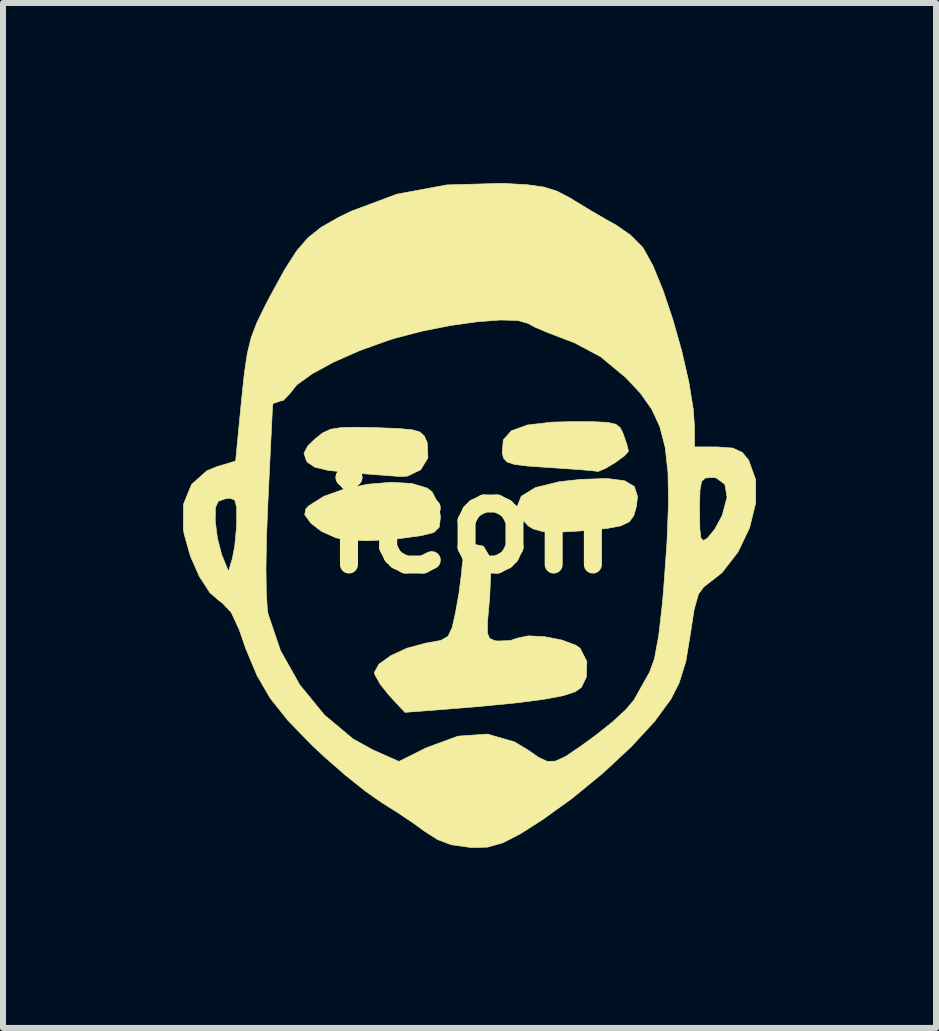
<source format=kicad_pcb>
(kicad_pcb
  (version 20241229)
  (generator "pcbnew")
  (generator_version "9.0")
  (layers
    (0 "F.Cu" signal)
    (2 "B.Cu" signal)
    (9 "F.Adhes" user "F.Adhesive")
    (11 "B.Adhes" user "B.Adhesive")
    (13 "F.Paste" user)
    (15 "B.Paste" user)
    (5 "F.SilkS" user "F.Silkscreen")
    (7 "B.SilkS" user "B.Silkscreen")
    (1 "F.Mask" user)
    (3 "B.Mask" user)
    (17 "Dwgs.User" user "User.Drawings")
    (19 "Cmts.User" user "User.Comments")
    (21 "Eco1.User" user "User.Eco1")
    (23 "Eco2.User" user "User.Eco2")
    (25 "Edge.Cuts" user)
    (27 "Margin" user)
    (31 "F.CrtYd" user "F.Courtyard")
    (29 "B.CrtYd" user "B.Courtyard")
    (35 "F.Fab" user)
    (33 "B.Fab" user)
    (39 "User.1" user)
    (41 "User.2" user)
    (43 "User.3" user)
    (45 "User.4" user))
  (footprint "icon"
    (layer "F.Cu")
    (at 4.797 5.667)
    (property "Reference" "icon" (at 0 0 0) (layer "F.SilkS") (effects (font (size 1.524 1.524) (thickness 0.3))))
    (attr through_hole)
    (fp_poly (pts (xy -0.985 -0.661) (xy -0.728 -0.583) (xy -0.648 -0.522) (xy -0.545 -0.325) (xy -0.508 -0.108) (xy -0.527 0.066) (xy -0.617 0.155) (xy -0.826 0.208) (xy -1.29 0.271) (xy -1.735 0.293) (xy -2.103 0.273) (xy -2.251 0.244) (xy -2.492 0.136) (xy -2.668 -0.001) (xy -2.77 -0.14) (xy -2.751 -0.237) (xy -2.704 -0.287) (xy -2.453 -0.446) (xy -2.11 -0.568) (xy -1.721 -0.648) (xy -1.331 -0.681) (xy -0.985 -0.661)) (stroke (width 0.01) (type solid)) (fill yes) (layer "F.SilkS"))
    (fp_poly (pts (xy 2.559 -0.707) (xy 2.723 -0.61) (xy 2.776 -0.444) (xy 2.757 -0.276) (xy 2.712 -0.123) (xy 2.637 -0.021) (xy 2.498 0.045) (xy 2.263 0.089) (xy 1.898 0.124) (xy 1.797 0.132) (xy 1.436 0.152) (xy 1.197 0.141) (xy 1.036 0.095) (xy 0.953 0.044) (xy 0.81 -0.114) (xy 0.762 -0.257) (xy 0.84 -0.449) (xy 1.075 -0.593) (xy 1.47 -0.69) (xy 1.829 -0.729) (xy 2.267 -0.744) (xy 2.559 -0.707)) (stroke (width 0.01) (type solid)) (fill yes) (layer "F.SilkS"))
    (fp_poly (pts (xy -1.581 -1.591) (xy -1.216 -1.577) (xy -0.984 -1.557) (xy -0.851 -1.519) (xy -0.778 -1.454) (xy -0.732 -1.351) (xy -0.727 -1.336) (xy -0.716 -1.088) (xy -0.838 -0.889) (xy -1.058 -0.783) (xy -1.177 -0.777) (xy -1.37 -0.791) (xy -1.669 -0.814) (xy -2.01 -0.84) (xy -2.023 -0.841) (xy -2.378 -0.879) (xy -2.599 -0.932) (xy -2.72 -1.011) (xy -2.743 -1.042) (xy -2.782 -1.166) (xy -2.715 -1.291) (xy -2.595 -1.405) (xy -2.468 -1.505) (xy -2.336 -1.565) (xy -2.158 -1.593) (xy -1.889 -1.598) (xy -1.581 -1.591)) (stroke (width 0.01) (type solid)) (fill yes) (layer "F.SilkS"))
    (fp_poly (pts (xy 2.043 -1.69) (xy 2.278 -1.679) (xy 2.414 -1.648) (xy 2.489 -1.589) (xy 2.536 -1.492) (xy 2.542 -1.476) (xy 2.603 -1.295) (xy 2.625 -1.198) (xy 2.561 -1.124) (xy 2.413 -1.015) (xy 2.245 -0.914) (xy 2.123 -0.862) (xy 2.104 -0.863) (xy 2.012 -0.875) (xy 1.791 -0.893) (xy 1.48 -0.915) (xy 1.312 -0.926) (xy 0.951 -0.951) (xy 0.724 -0.979) (xy 0.6 -1.02) (xy 0.543 -1.085) (xy 0.521 -1.179) (xy 0.54 -1.389) (xy 0.675 -1.539) (xy 0.939 -1.635) (xy 1.346 -1.683) (xy 1.674 -1.691) (xy 2.043 -1.69)) (stroke (width 0.01) (type solid)) (fill yes) (layer "F.SilkS"))
    (fp_poly (pts (xy 0.208 0.384) (xy 0.297 0.533) (xy 0.331 0.815) (xy 0.312 1.243) (xy 0.302 1.353) (xy 0.275 1.659) (xy 0.276 1.836) (xy 0.312 1.922) (xy 0.394 1.957) (xy 0.44 1.964) (xy 0.654 1.957) (xy 0.769 1.917) (xy 0.956 1.878) (xy 1.229 1.892) (xy 1.516 1.948) (xy 1.747 2.034) (xy 1.819 2.085) (xy 1.932 2.305) (xy 1.922 2.568) (xy 1.841 2.736) (xy 1.739 2.809) (xy 1.537 2.875) (xy 1.22 2.935) (xy 0.774 2.993) (xy 0.184 3.051) (xy -0.359 3.096) (xy -1.099 3.153) (xy -1.354 2.88) (xy -1.51 2.686) (xy -1.6 2.527) (xy -1.609 2.487) (xy -1.533 2.35) (xy -1.334 2.207) (xy -1.058 2.081) (xy -0.746 1.998) (xy -0.716 1.994) (xy -0.501 1.954) (xy -0.382 1.886) (xy -0.314 1.744) (xy -0.258 1.498) (xy -0.199 1.166) (xy -0.157 0.836) (xy -0.147 0.72) (xy -0.116 0.493) (xy -0.041 0.385) (xy 0.061 0.354) (xy 0.208 0.384)) (stroke (width 0.01) (type solid)) (fill yes) (layer "F.SilkS"))
    (fp_poly (pts (xy 0.55 -5.661) (xy 0.939 -5.639) (xy 1.213 -5.601) (xy 1.429 -5.534) (xy 1.64 -5.425) (xy 1.72 -5.376) (xy 2.01 -5.2) (xy 2.295 -5.035) (xy 2.417 -4.968) (xy 2.659 -4.8) (xy 2.859 -4.599) (xy 2.871 -4.583) (xy 3.032 -4.293) (xy 3.201 -3.879) (xy 3.366 -3.388) (xy 3.514 -2.864) (xy 3.631 -2.351) (xy 3.705 -1.895) (xy 3.725 -1.603) (xy 3.725 -1.27) (xy 4.104 -1.27) (xy 4.364 -1.251) (xy 4.523 -1.177) (xy 4.626 -1.053) (xy 4.744 -0.728) (xy 4.745 -0.338) (xy 4.643 0.078) (xy 4.451 0.48) (xy 4.183 0.826) (xy 3.878 1.065) (xy 3.792 1.182) (xy 3.72 1.434) (xy 3.658 1.837) (xy 3.581 2.305) (xy 3.468 2.666) (xy 3.333 2.932) (xy 3.061 3.303) (xy 2.673 3.724) (xy 2.202 4.163) (xy 1.681 4.59) (xy 1.206 4.932) (xy 0.827 5.175) (xy 0.532 5.327) (xy 0.275 5.399) (xy 0.007 5.406) (xy -0.318 5.36) (xy -0.336 5.356) (xy -0.551 5.275) (xy -0.772 5.135) (xy -0.965 4.994) (xy -1.24 4.811) (xy -1.485 4.657) (xy -1.754 4.469) (xy -2.09 4.201) (xy -2.443 3.893) (xy -2.666 3.683) (xy -3.056 3.28) (xy -3.344 2.918) (xy -3.564 2.539) (xy -3.753 2.088) (xy -3.861 1.775) (xy -3.994 1.487) (xy -4.153 1.32) (xy -4.174 1.31) (xy -4.349 1.16) (xy -4.524 0.891) (xy -4.675 0.549) (xy -4.778 0.182) (xy -4.792 0.102) (xy -4.791 -0.042) (xy -4.261 -0.042) (xy -4.224 0.253) (xy -4.153 0.525) (xy -4.143 0.55) (xy -4.04 0.804) (xy -4.021 0.742) (xy -3.415 0.742) (xy -3.41 1.155) (xy -3.392 1.438) (xy -3.38 1.513) (xy -3.174 2.122) (xy -2.851 2.696) (xy -2.439 3.199) (xy -1.966 3.594) (xy -1.637 3.777) (xy -1.2 3.971) (xy -0.748 3.745) (xy -0.215 3.549) (xy 0.276 3.515) (xy 0.726 3.645) (xy 0.945 3.776) (xy 1.128 3.903) (xy 1.27 3.969) (xy 1.408 3.966) (xy 1.58 3.886) (xy 1.823 3.722) (xy 2.09 3.527) (xy 2.36 3.312) (xy 2.584 3.105) (xy 2.717 2.947) (xy 2.723 2.937) (xy 2.85 2.709) (xy 2.978 2.482) (xy 3.059 2.255) (xy 3.13 1.87) (xy 3.192 1.324) (xy 3.211 1.1) (xy 3.267 0.316) (xy 3.287 -0.201) (xy 3.81 -0.201) (xy 3.814 0.094) (xy 3.832 0.248) (xy 3.873 0.29) (xy 3.942 0.25) (xy 4.065 0.098) (xy 4.184 -0.122) (xy 4.189 -0.136) (xy 4.268 -0.433) (xy 4.232 -0.646) (xy 4.087 -0.754) (xy 4.012 -0.762) (xy 3.904 -0.751) (xy 3.844 -0.694) (xy 3.817 -0.552) (xy 3.81 -0.288) (xy 3.81 -0.201) (xy 3.287 -0.201) (xy 3.292 -0.323) (xy 3.284 -0.841) (xy 3.237 -1.261) (xy 3.148 -1.606) (xy 3.012 -1.9) (xy 2.825 -2.164) (xy 2.584 -2.422) (xy 2.577 -2.428) (xy 2.163 -2.772) (xy 1.726 -3.005) (xy 1.592 -3.056) (xy 1.302 -3.166) (xy 1.069 -3.265) (xy 0.95 -3.329) (xy 0.782 -3.377) (xy 0.487 -3.385) (xy 0.101 -3.355) (xy -0.341 -3.293) (xy -0.802 -3.202) (xy -1.246 -3.087) (xy -1.358 -3.053) (xy -1.847 -2.878) (xy -2.287 -2.684) (xy -2.649 -2.487) (xy -2.903 -2.303) (xy -3.017 -2.159) (xy -3.124 -2.047) (xy -3.184 -2.032) (xy -3.293 -1.995) (xy -3.305 -1.968) (xy -3.31 -1.867) (xy -3.321 -1.625) (xy -3.339 -1.27) (xy -3.36 -0.83) (xy -3.382 -0.368) (xy -3.406 0.225) (xy -3.415 0.742) (xy -4.021 0.742) (xy -3.976 0.593) (xy -3.935 0.378) (xy -3.908 0.089) (xy -3.903 -0.027) (xy -3.905 -0.271) (xy -3.937 -0.387) (xy -4.018 -0.415) (xy -4.085 -0.408) (xy -4.208 -0.366) (xy -4.258 -0.256) (xy -4.261 -0.042) (xy -4.791 -0.042) (xy -4.79 -0.314) (xy -4.655 -0.645) (xy -4.398 -0.874) (xy -4.233 -0.941) (xy -3.921 -1.035) (xy -3.822 -2.053) (xy -3.775 -2.499) (xy -3.726 -2.827) (xy -3.662 -3.09) (xy -3.567 -3.339) (xy -3.428 -3.625) (xy -3.336 -3.8) (xy -3.103 -4.225) (xy -2.908 -4.531) (xy -2.716 -4.754) (xy -2.495 -4.93) (xy -2.209 -5.093) (xy -1.996 -5.197) (xy -1.233 -5.482) (xy -0.402 -5.636) (xy 0.522 -5.662) (xy 0.55 -5.661)) (stroke (width 0.01) (type solid)) (fill yes) (layer "F.SilkS")))
  (gr_rect
    (start -3 -3)
    (end 12.547 14.078)
    (stroke (width 0.1) (type default))
    (fill no)
    (layer "Edge.Cuts")))
</source>
